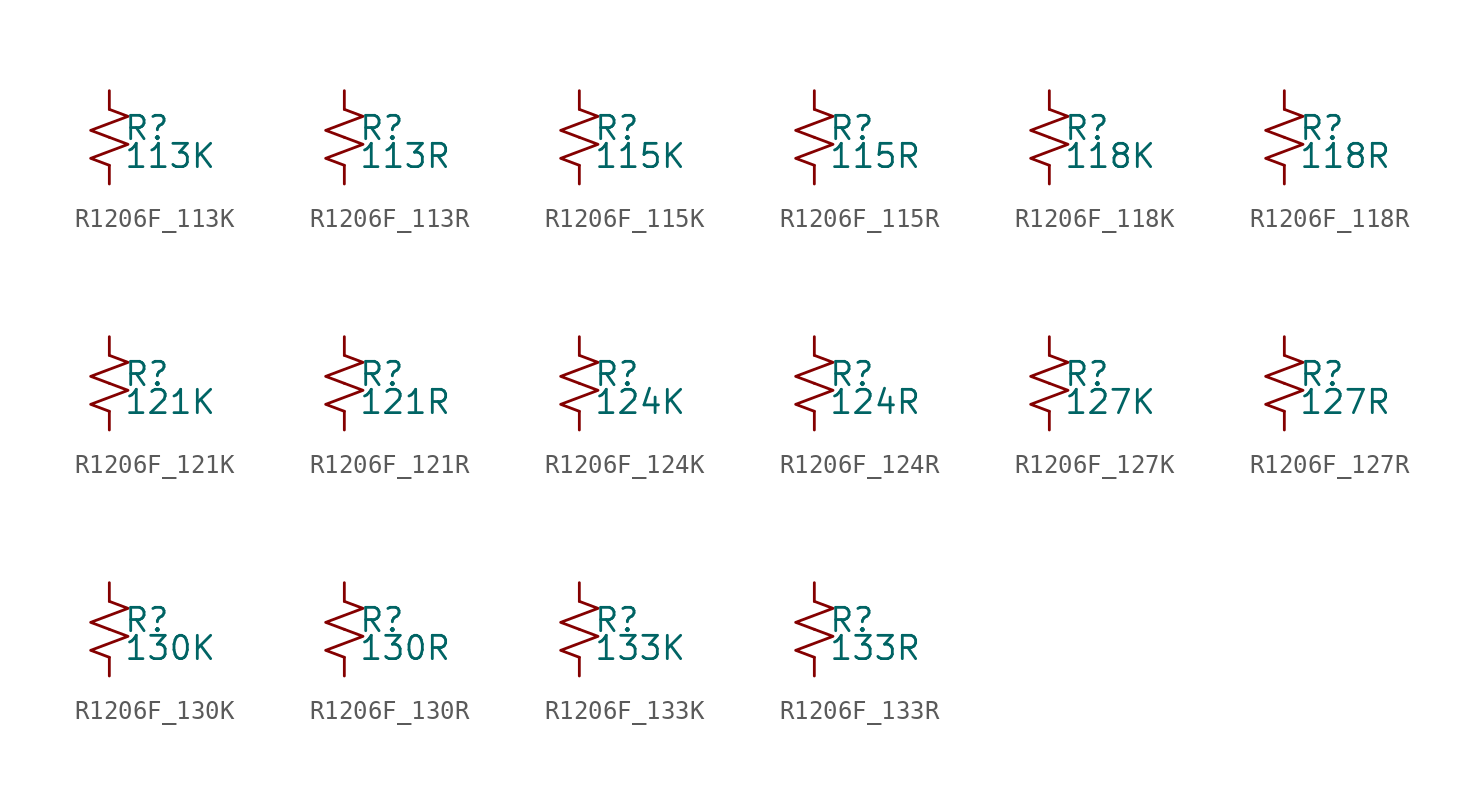
<source format=kicad_sym>
(kicad_symbol_lib
  (version 20220914)
  (generator kicad_symbol_editor)
  (symbol "R1206F_113K"
    (pin_numbers hide)
    (pin_names
      (offset 0.254) hide)
    (property "Reference" "R"
      (at 0.762 0.508 0)
      (effects (font (size 1.27 1.27)) (justify left)))
    (property "Value" "113K"
      (at 0.762 -1.016 0)
      (effects (font (size 1.27 1.27)) (justify left)))
    (symbol "R1206F_113K_1_1"
      (polyline (pts (xy 0 0) (xy 1.016 -0.381) (xy 0 -0.762) (xy -1.016 -1.143) (xy 0 -1.524)) (stroke (width 0) (type default)) (fill (type none)))
      (polyline (pts (xy 0 1.524) (xy 1.016 1.143) (xy 0 0.762) (xy -1.016 0.381) (xy 0 0)) (stroke (width 0) (type default)) (fill (type none)))
      (pin passive line (at 0 2.54 270) (length 1.016) (name "~" (effects (font (size 1.27 1.27)))) (number "1" (effects (font (size 1.27 1.27)))))
      (pin passive line (at 0 -2.54 90) (length 1.016) (name "~" (effects (font (size 1.27 1.27)))) (number "2" (effects (font (size 1.27 1.27)))))))
  (symbol "R1206F_113R"
    (pin_numbers hide)
    (pin_names
      (offset 0.254) hide)
    (property "Reference" "R"
      (at 0.762 0.508 0)
      (effects (font (size 1.27 1.27)) (justify left)))
    (property "Value" "113R"
      (at 0.762 -1.016 0)
      (effects (font (size 1.27 1.27)) (justify left)))
    (symbol "R1206F_113R_1_1"
      (polyline (pts (xy 0 0) (xy 1.016 -0.381) (xy 0 -0.762) (xy -1.016 -1.143) (xy 0 -1.524)) (stroke (width 0) (type default)) (fill (type none)))
      (polyline (pts (xy 0 1.524) (xy 1.016 1.143) (xy 0 0.762) (xy -1.016 0.381) (xy 0 0)) (stroke (width 0) (type default)) (fill (type none)))
      (pin passive line (at 0 2.54 270) (length 1.016) (name "~" (effects (font (size 1.27 1.27)))) (number "1" (effects (font (size 1.27 1.27)))))
      (pin passive line (at 0 -2.54 90) (length 1.016) (name "~" (effects (font (size 1.27 1.27)))) (number "2" (effects (font (size 1.27 1.27)))))))
  (symbol "R1206F_115K"
    (pin_numbers hide)
    (pin_names
      (offset 0.254) hide)
    (property "Reference" "R"
      (at 0.762 0.508 0)
      (effects (font (size 1.27 1.27)) (justify left)))
    (property "Value" "115K"
      (at 0.762 -1.016 0)
      (effects (font (size 1.27 1.27)) (justify left)))
    (symbol "R1206F_115K_1_1"
      (polyline (pts (xy 0 0) (xy 1.016 -0.381) (xy 0 -0.762) (xy -1.016 -1.143) (xy 0 -1.524)) (stroke (width 0) (type default)) (fill (type none)))
      (polyline (pts (xy 0 1.524) (xy 1.016 1.143) (xy 0 0.762) (xy -1.016 0.381) (xy 0 0)) (stroke (width 0) (type default)) (fill (type none)))
      (pin passive line (at 0 2.54 270) (length 1.016) (name "~" (effects (font (size 1.27 1.27)))) (number "1" (effects (font (size 1.27 1.27)))))
      (pin passive line (at 0 -2.54 90) (length 1.016) (name "~" (effects (font (size 1.27 1.27)))) (number "2" (effects (font (size 1.27 1.27)))))))
  (symbol "R1206F_115R"
    (pin_numbers hide)
    (pin_names
      (offset 0.254) hide)
    (property "Reference" "R"
      (at 0.762 0.508 0)
      (effects (font (size 1.27 1.27)) (justify left)))
    (property "Value" "115R"
      (at 0.762 -1.016 0)
      (effects (font (size 1.27 1.27)) (justify left)))
    (symbol "R1206F_115R_1_1"
      (polyline (pts (xy 0 0) (xy 1.016 -0.381) (xy 0 -0.762) (xy -1.016 -1.143) (xy 0 -1.524)) (stroke (width 0) (type default)) (fill (type none)))
      (polyline (pts (xy 0 1.524) (xy 1.016 1.143) (xy 0 0.762) (xy -1.016 0.381) (xy 0 0)) (stroke (width 0) (type default)) (fill (type none)))
      (pin passive line (at 0 2.54 270) (length 1.016) (name "~" (effects (font (size 1.27 1.27)))) (number "1" (effects (font (size 1.27 1.27)))))
      (pin passive line (at 0 -2.54 90) (length 1.016) (name "~" (effects (font (size 1.27 1.27)))) (number "2" (effects (font (size 1.27 1.27)))))))
  (symbol "R1206F_118K"
    (pin_numbers hide)
    (pin_names
      (offset 0.254) hide)
    (property "Reference" "R"
      (at 0.762 0.508 0)
      (effects (font (size 1.27 1.27)) (justify left)))
    (property "Value" "118K"
      (at 0.762 -1.016 0)
      (effects (font (size 1.27 1.27)) (justify left)))
    (symbol "R1206F_118K_1_1"
      (polyline (pts (xy 0 0) (xy 1.016 -0.381) (xy 0 -0.762) (xy -1.016 -1.143) (xy 0 -1.524)) (stroke (width 0) (type default)) (fill (type none)))
      (polyline (pts (xy 0 1.524) (xy 1.016 1.143) (xy 0 0.762) (xy -1.016 0.381) (xy 0 0)) (stroke (width 0) (type default)) (fill (type none)))
      (pin passive line (at 0 2.54 270) (length 1.016) (name "~" (effects (font (size 1.27 1.27)))) (number "1" (effects (font (size 1.27 1.27)))))
      (pin passive line (at 0 -2.54 90) (length 1.016) (name "~" (effects (font (size 1.27 1.27)))) (number "2" (effects (font (size 1.27 1.27)))))))
  (symbol "R1206F_118R"
    (pin_numbers hide)
    (pin_names
      (offset 0.254) hide)
    (property "Reference" "R"
      (at 0.762 0.508 0)
      (effects (font (size 1.27 1.27)) (justify left)))
    (property "Value" "118R"
      (at 0.762 -1.016 0)
      (effects (font (size 1.27 1.27)) (justify left)))
    (symbol "R1206F_118R_1_1"
      (polyline (pts (xy 0 0) (xy 1.016 -0.381) (xy 0 -0.762) (xy -1.016 -1.143) (xy 0 -1.524)) (stroke (width 0) (type default)) (fill (type none)))
      (polyline (pts (xy 0 1.524) (xy 1.016 1.143) (xy 0 0.762) (xy -1.016 0.381) (xy 0 0)) (stroke (width 0) (type default)) (fill (type none)))
      (pin passive line (at 0 2.54 270) (length 1.016) (name "~" (effects (font (size 1.27 1.27)))) (number "1" (effects (font (size 1.27 1.27)))))
      (pin passive line (at 0 -2.54 90) (length 1.016) (name "~" (effects (font (size 1.27 1.27)))) (number "2" (effects (font (size 1.27 1.27)))))))
  (symbol "R1206F_121K"
    (pin_numbers hide)
    (pin_names
      (offset 0.254) hide)
    (property "Reference" "R"
      (at 0.762 0.508 0)
      (effects (font (size 1.27 1.27)) (justify left)))
    (property "Value" "121K"
      (at 0.762 -1.016 0)
      (effects (font (size 1.27 1.27)) (justify left)))
    (symbol "R1206F_121K_1_1"
      (polyline (pts (xy 0 0) (xy 1.016 -0.381) (xy 0 -0.762) (xy -1.016 -1.143) (xy 0 -1.524)) (stroke (width 0) (type default)) (fill (type none)))
      (polyline (pts (xy 0 1.524) (xy 1.016 1.143) (xy 0 0.762) (xy -1.016 0.381) (xy 0 0)) (stroke (width 0) (type default)) (fill (type none)))
      (pin passive line (at 0 2.54 270) (length 1.016) (name "~" (effects (font (size 1.27 1.27)))) (number "1" (effects (font (size 1.27 1.27)))))
      (pin passive line (at 0 -2.54 90) (length 1.016) (name "~" (effects (font (size 1.27 1.27)))) (number "2" (effects (font (size 1.27 1.27)))))))
  (symbol "R1206F_121R"
    (pin_numbers hide)
    (pin_names
      (offset 0.254) hide)
    (property "Reference" "R"
      (at 0.762 0.508 0)
      (effects (font (size 1.27 1.27)) (justify left)))
    (property "Value" "121R"
      (at 0.762 -1.016 0)
      (effects (font (size 1.27 1.27)) (justify left)))
    (symbol "R1206F_121R_1_1"
      (polyline (pts (xy 0 0) (xy 1.016 -0.381) (xy 0 -0.762) (xy -1.016 -1.143) (xy 0 -1.524)) (stroke (width 0) (type default)) (fill (type none)))
      (polyline (pts (xy 0 1.524) (xy 1.016 1.143) (xy 0 0.762) (xy -1.016 0.381) (xy 0 0)) (stroke (width 0) (type default)) (fill (type none)))
      (pin passive line (at 0 2.54 270) (length 1.016) (name "~" (effects (font (size 1.27 1.27)))) (number "1" (effects (font (size 1.27 1.27)))))
      (pin passive line (at 0 -2.54 90) (length 1.016) (name "~" (effects (font (size 1.27 1.27)))) (number "2" (effects (font (size 1.27 1.27)))))))
  (symbol "R1206F_124K"
    (pin_numbers hide)
    (pin_names
      (offset 0.254) hide)
    (property "Reference" "R"
      (at 0.762 0.508 0)
      (effects (font (size 1.27 1.27)) (justify left)))
    (property "Value" "124K"
      (at 0.762 -1.016 0)
      (effects (font (size 1.27 1.27)) (justify left)))
    (symbol "R1206F_124K_1_1"
      (polyline (pts (xy 0 0) (xy 1.016 -0.381) (xy 0 -0.762) (xy -1.016 -1.143) (xy 0 -1.524)) (stroke (width 0) (type default)) (fill (type none)))
      (polyline (pts (xy 0 1.524) (xy 1.016 1.143) (xy 0 0.762) (xy -1.016 0.381) (xy 0 0)) (stroke (width 0) (type default)) (fill (type none)))
      (pin passive line (at 0 2.54 270) (length 1.016) (name "~" (effects (font (size 1.27 1.27)))) (number "1" (effects (font (size 1.27 1.27)))))
      (pin passive line (at 0 -2.54 90) (length 1.016) (name "~" (effects (font (size 1.27 1.27)))) (number "2" (effects (font (size 1.27 1.27)))))))
  (symbol "R1206F_124R"
    (pin_numbers hide)
    (pin_names
      (offset 0.254) hide)
    (property "Reference" "R"
      (at 0.762 0.508 0)
      (effects (font (size 1.27 1.27)) (justify left)))
    (property "Value" "124R"
      (at 0.762 -1.016 0)
      (effects (font (size 1.27 1.27)) (justify left)))
    (symbol "R1206F_124R_1_1"
      (polyline (pts (xy 0 0) (xy 1.016 -0.381) (xy 0 -0.762) (xy -1.016 -1.143) (xy 0 -1.524)) (stroke (width 0) (type default)) (fill (type none)))
      (polyline (pts (xy 0 1.524) (xy 1.016 1.143) (xy 0 0.762) (xy -1.016 0.381) (xy 0 0)) (stroke (width 0) (type default)) (fill (type none)))
      (pin passive line (at 0 2.54 270) (length 1.016) (name "~" (effects (font (size 1.27 1.27)))) (number "1" (effects (font (size 1.27 1.27)))))
      (pin passive line (at 0 -2.54 90) (length 1.016) (name "~" (effects (font (size 1.27 1.27)))) (number "2" (effects (font (size 1.27 1.27)))))))
  (symbol "R1206F_127K"
    (pin_numbers hide)
    (pin_names
      (offset 0.254) hide)
    (property "Reference" "R"
      (at 0.762 0.508 0)
      (effects (font (size 1.27 1.27)) (justify left)))
    (property "Value" "127K"
      (at 0.762 -1.016 0)
      (effects (font (size 1.27 1.27)) (justify left)))
    (symbol "R1206F_127K_1_1"
      (polyline (pts (xy 0 0) (xy 1.016 -0.381) (xy 0 -0.762) (xy -1.016 -1.143) (xy 0 -1.524)) (stroke (width 0) (type default)) (fill (type none)))
      (polyline (pts (xy 0 1.524) (xy 1.016 1.143) (xy 0 0.762) (xy -1.016 0.381) (xy 0 0)) (stroke (width 0) (type default)) (fill (type none)))
      (pin passive line (at 0 2.54 270) (length 1.016) (name "~" (effects (font (size 1.27 1.27)))) (number "1" (effects (font (size 1.27 1.27)))))
      (pin passive line (at 0 -2.54 90) (length 1.016) (name "~" (effects (font (size 1.27 1.27)))) (number "2" (effects (font (size 1.27 1.27)))))))
  (symbol "R1206F_127R"
    (pin_numbers hide)
    (pin_names
      (offset 0.254) hide)
    (property "Reference" "R"
      (at 0.762 0.508 0)
      (effects (font (size 1.27 1.27)) (justify left)))
    (property "Value" "127R"
      (at 0.762 -1.016 0)
      (effects (font (size 1.27 1.27)) (justify left)))
    (symbol "R1206F_127R_1_1"
      (polyline (pts (xy 0 0) (xy 1.016 -0.381) (xy 0 -0.762) (xy -1.016 -1.143) (xy 0 -1.524)) (stroke (width 0) (type default)) (fill (type none)))
      (polyline (pts (xy 0 1.524) (xy 1.016 1.143) (xy 0 0.762) (xy -1.016 0.381) (xy 0 0)) (stroke (width 0) (type default)) (fill (type none)))
      (pin passive line (at 0 2.54 270) (length 1.016) (name "~" (effects (font (size 1.27 1.27)))) (number "1" (effects (font (size 1.27 1.27)))))
      (pin passive line (at 0 -2.54 90) (length 1.016) (name "~" (effects (font (size 1.27 1.27)))) (number "2" (effects (font (size 1.27 1.27)))))))
  (symbol "R1206F_130K"
    (pin_numbers hide)
    (pin_names
      (offset 0.254) hide)
    (property "Reference" "R"
      (at 0.762 0.508 0)
      (effects (font (size 1.27 1.27)) (justify left)))
    (property "Value" "130K"
      (at 0.762 -1.016 0)
      (effects (font (size 1.27 1.27)) (justify left)))
    (symbol "R1206F_130K_1_1"
      (polyline (pts (xy 0 0) (xy 1.016 -0.381) (xy 0 -0.762) (xy -1.016 -1.143) (xy 0 -1.524)) (stroke (width 0) (type default)) (fill (type none)))
      (polyline (pts (xy 0 1.524) (xy 1.016 1.143) (xy 0 0.762) (xy -1.016 0.381) (xy 0 0)) (stroke (width 0) (type default)) (fill (type none)))
      (pin passive line (at 0 2.54 270) (length 1.016) (name "~" (effects (font (size 1.27 1.27)))) (number "1" (effects (font (size 1.27 1.27)))))
      (pin passive line (at 0 -2.54 90) (length 1.016) (name "~" (effects (font (size 1.27 1.27)))) (number "2" (effects (font (size 1.27 1.27)))))))
  (symbol "R1206F_130R"
    (pin_numbers hide)
    (pin_names
      (offset 0.254) hide)
    (property "Reference" "R"
      (at 0.762 0.508 0)
      (effects (font (size 1.27 1.27)) (justify left)))
    (property "Value" "130R"
      (at 0.762 -1.016 0)
      (effects (font (size 1.27 1.27)) (justify left)))
    (symbol "R1206F_130R_1_1"
      (polyline (pts (xy 0 0) (xy 1.016 -0.381) (xy 0 -0.762) (xy -1.016 -1.143) (xy 0 -1.524)) (stroke (width 0) (type default)) (fill (type none)))
      (polyline (pts (xy 0 1.524) (xy 1.016 1.143) (xy 0 0.762) (xy -1.016 0.381) (xy 0 0)) (stroke (width 0) (type default)) (fill (type none)))
      (pin passive line (at 0 2.54 270) (length 1.016) (name "~" (effects (font (size 1.27 1.27)))) (number "1" (effects (font (size 1.27 1.27)))))
      (pin passive line (at 0 -2.54 90) (length 1.016) (name "~" (effects (font (size 1.27 1.27)))) (number "2" (effects (font (size 1.27 1.27)))))))
  (symbol "R1206F_133K"
    (pin_numbers hide)
    (pin_names
      (offset 0.254) hide)
    (property "Reference" "R"
      (at 0.762 0.508 0)
      (effects (font (size 1.27 1.27)) (justify left)))
    (property "Value" "133K"
      (at 0.762 -1.016 0)
      (effects (font (size 1.27 1.27)) (justify left)))
    (symbol "R1206F_133K_1_1"
      (polyline (pts (xy 0 0) (xy 1.016 -0.381) (xy 0 -0.762) (xy -1.016 -1.143) (xy 0 -1.524)) (stroke (width 0) (type default)) (fill (type none)))
      (polyline (pts (xy 0 1.524) (xy 1.016 1.143) (xy 0 0.762) (xy -1.016 0.381) (xy 0 0)) (stroke (width 0) (type default)) (fill (type none)))
      (pin passive line (at 0 2.54 270) (length 1.016) (name "~" (effects (font (size 1.27 1.27)))) (number "1" (effects (font (size 1.27 1.27)))))
      (pin passive line (at 0 -2.54 90) (length 1.016) (name "~" (effects (font (size 1.27 1.27)))) (number "2" (effects (font (size 1.27 1.27)))))))
  (symbol "R1206F_133R"
    (pin_numbers hide)
    (pin_names
      (offset 0.254) hide)
    (property "Reference" "R"
      (at 0.762 0.508 0)
      (effects (font (size 1.27 1.27)) (justify left)))
    (property "Value" "133R"
      (at 0.762 -1.016 0)
      (effects (font (size 1.27 1.27)) (justify left)))
    (symbol "R1206F_133R_1_1"
      (polyline (pts (xy 0 0) (xy 1.016 -0.381) (xy 0 -0.762) (xy -1.016 -1.143) (xy 0 -1.524)) (stroke (width 0) (type default)) (fill (type none)))
      (polyline (pts (xy 0 1.524) (xy 1.016 1.143) (xy 0 0.762) (xy -1.016 0.381) (xy 0 0)) (stroke (width 0) (type default)) (fill (type none)))
      (pin passive line (at 0 2.54 270) (length 1.016) (name "~" (effects (font (size 1.27 1.27)))) (number "1" (effects (font (size 1.27 1.27)))))
      (pin passive line (at 0 -2.54 90) (length 1.016) (name "~" (effects (font (size 1.27 1.27)))) (number "2" (effects (font (size 1.27 1.27))))))))
</source>
